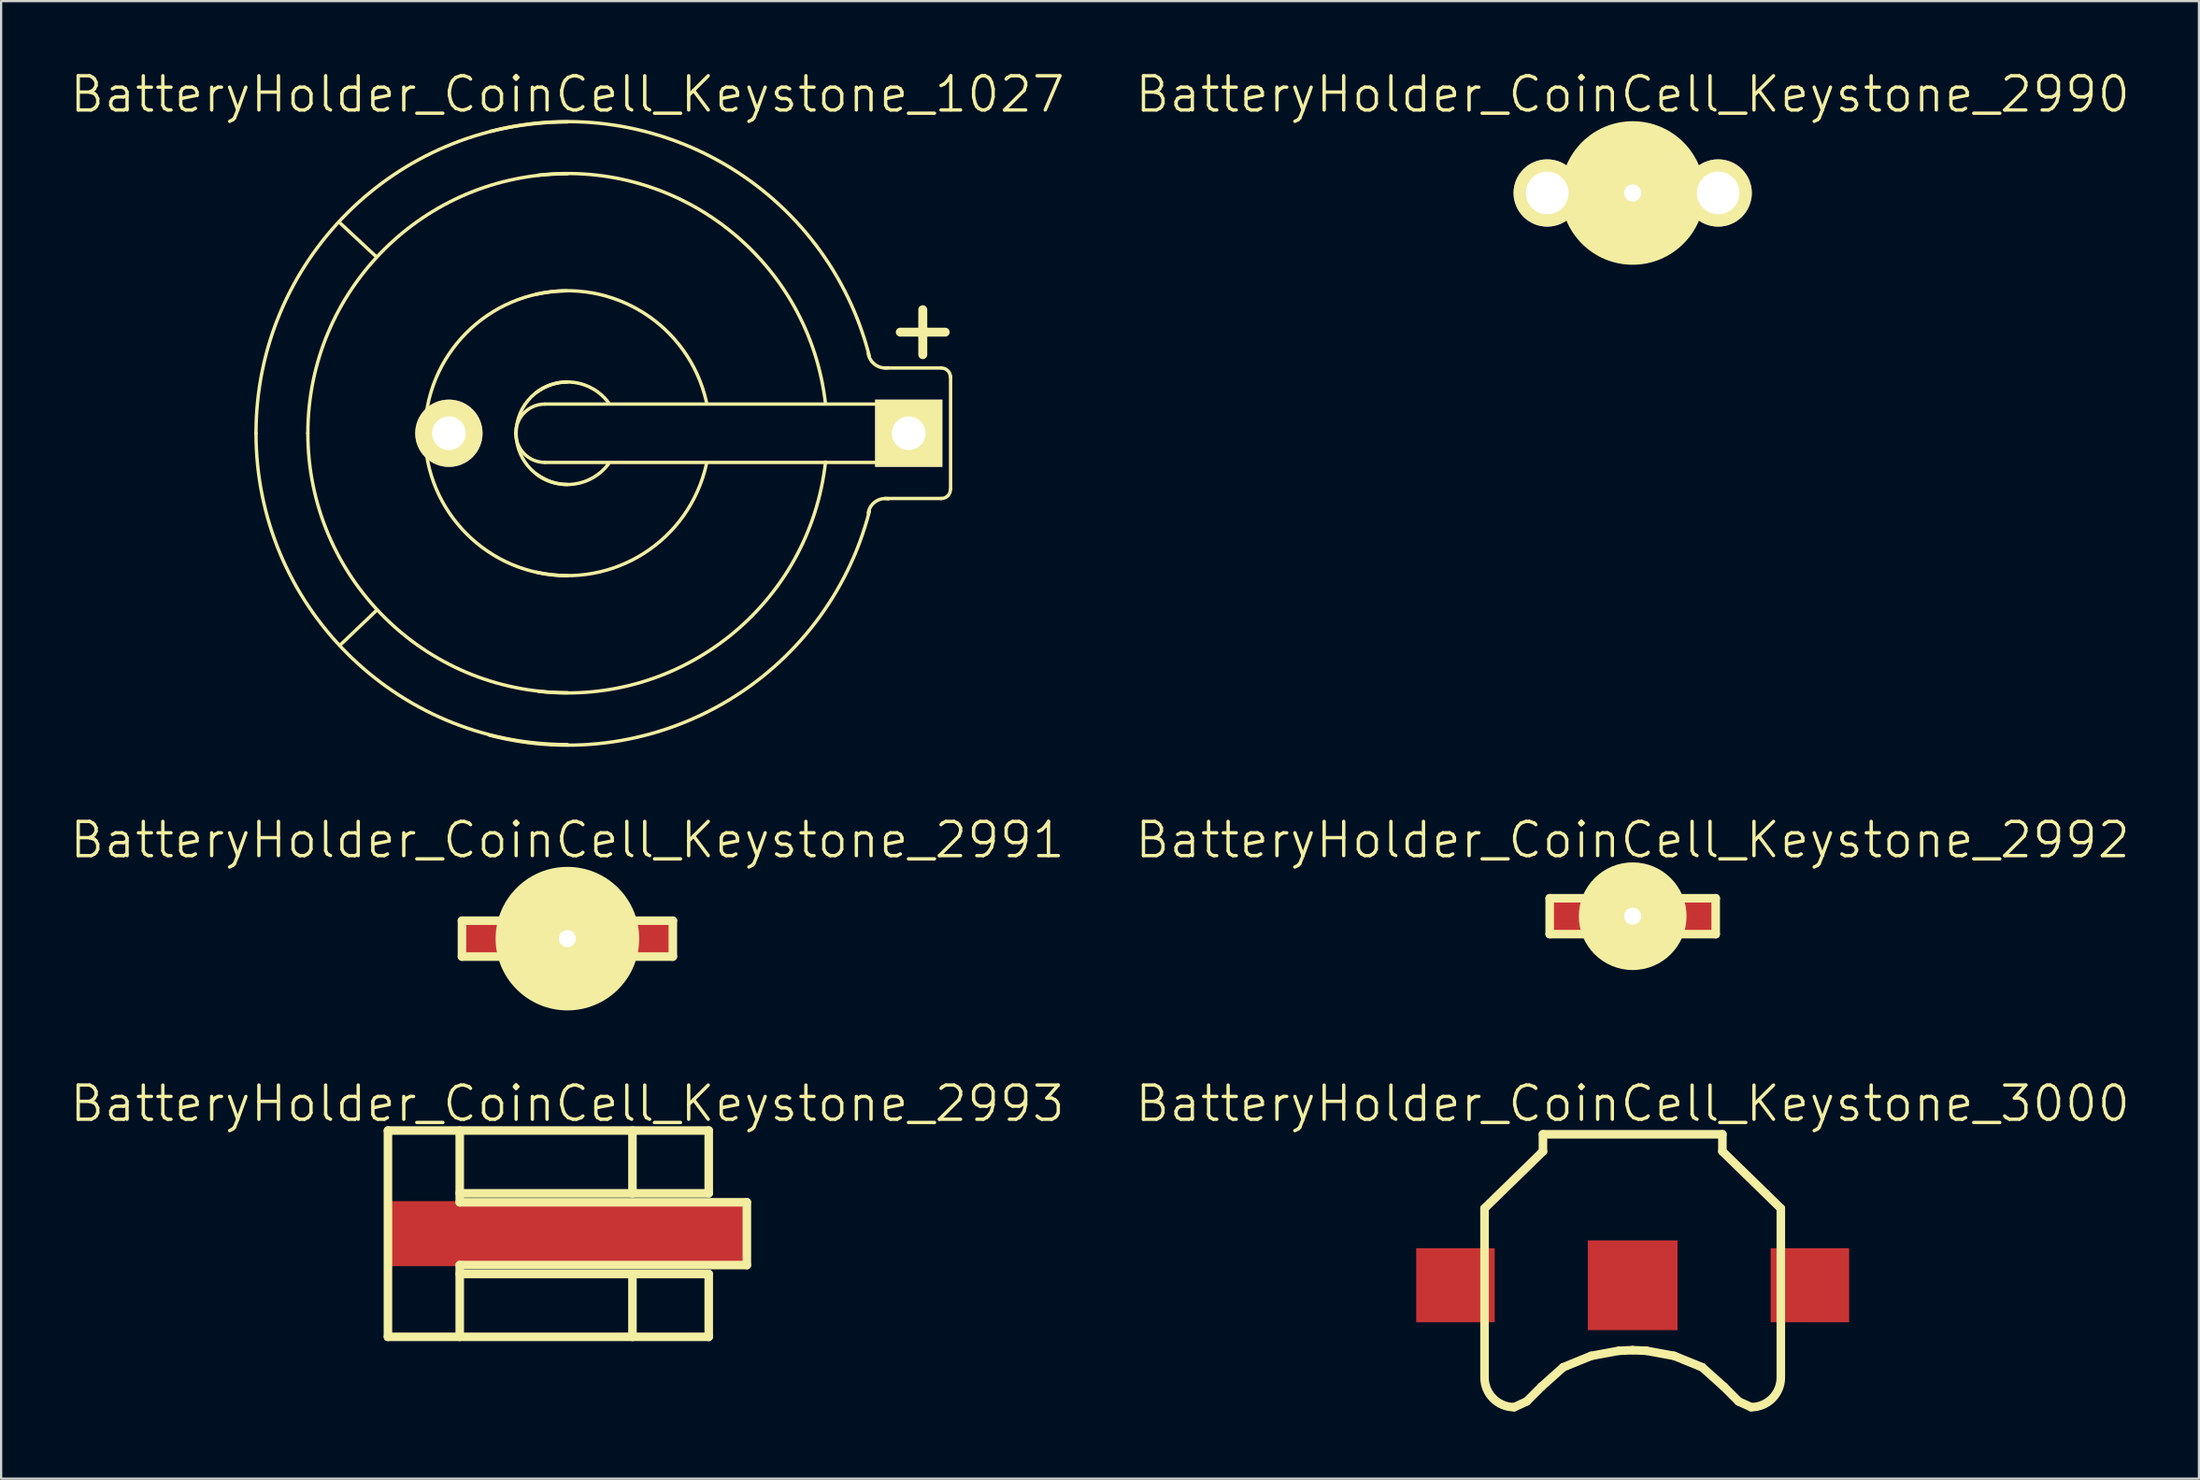
<source format=kicad_pcb>
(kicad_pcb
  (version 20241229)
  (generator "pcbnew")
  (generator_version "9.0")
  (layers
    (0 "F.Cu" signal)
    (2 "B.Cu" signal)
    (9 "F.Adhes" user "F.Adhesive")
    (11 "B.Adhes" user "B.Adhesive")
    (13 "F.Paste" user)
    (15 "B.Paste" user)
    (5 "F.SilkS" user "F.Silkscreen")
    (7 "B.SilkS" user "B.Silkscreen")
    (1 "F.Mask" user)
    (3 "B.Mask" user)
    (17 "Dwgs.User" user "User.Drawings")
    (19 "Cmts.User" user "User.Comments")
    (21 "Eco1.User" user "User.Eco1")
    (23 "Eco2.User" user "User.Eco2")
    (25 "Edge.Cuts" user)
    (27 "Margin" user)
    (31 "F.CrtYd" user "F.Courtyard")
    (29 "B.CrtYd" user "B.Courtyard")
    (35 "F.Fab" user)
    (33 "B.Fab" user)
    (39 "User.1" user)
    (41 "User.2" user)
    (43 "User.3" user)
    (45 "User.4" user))
  (footprint "BatteryHolder_CoinCell_Keystone_3000"
    (layer "F.Cu")
    (at 69.73 54.257)
    (property "Reference" "BatteryHolder_CoinCell_Keystone_3000" (at 0 -8.1 0) (layer "F.SilkS") (effects (font (size 1.524 1.524) (thickness 0.15))))
    (attr through_hole)
    (fp_line (start -6.604 -3.429) (end -6.604 4.064) (stroke (width 0.381) (type solid)) (layer "F.SilkS"))
    (fp_line (start -5.283 5.436) (end -4.724 5.182) (stroke (width 0.381) (type solid)) (layer "F.SilkS"))
    (fp_line (start -4.064 4.521) (end -4.724 5.182) (stroke (width 0.381) (type solid)) (layer "F.SilkS"))
    (fp_line (start -4 -6.731) (end -4 -5.969) (stroke (width 0.381) (type solid)) (layer "F.SilkS"))
    (fp_line (start -4 -6.731) (end 4 -6.731) (stroke (width 0.381) (type solid)) (layer "F.SilkS"))
    (fp_line (start -4 -5.969) (end -6.604 -3.429) (stroke (width 0.381) (type solid)) (layer "F.SilkS"))
    (fp_line (start -3.099 3.658) (end -4.064 4.521) (stroke (width 0.381) (type solid)) (layer "F.SilkS"))
    (fp_line (start -3.099 3.658) (end -1.854 3.15) (stroke (width 0.381) (type solid)) (layer "F.SilkS"))
    (fp_line (start -1.854 3.15) (end -0.61 2.921) (stroke (width 0.381) (type solid)) (layer "F.SilkS"))
    (fp_line (start -0.61 2.921) (end 0 2.896) (stroke (width 0.381) (type solid)) (layer "F.SilkS"))
    (fp_line (start 0 2.896) (end 0.61 2.921) (stroke (width 0.381) (type solid)) (layer "F.SilkS"))
    (fp_line (start 0.61 2.921) (end 1.854 3.15) (stroke (width 0.381) (type solid)) (layer "F.SilkS"))
    (fp_line (start 1.854 3.15) (end 3.099 3.658) (stroke (width 0.381) (type solid)) (layer "F.SilkS"))
    (fp_line (start 3.099 3.658) (end 4.064 4.521) (stroke (width 0.381) (type solid)) (layer "F.SilkS"))
    (fp_line (start 3.999 -6.731) (end 3.999 -5.969) (stroke (width 0.381) (type solid)) (layer "F.SilkS"))
    (fp_line (start 4 -5.969) (end 6.604 -3.429) (stroke (width 0.381) (type solid)) (layer "F.SilkS"))
    (fp_line (start 4.064 4.521) (end 4.724 5.182) (stroke (width 0.381) (type solid)) (layer "F.SilkS"))
    (fp_line (start 4.724 5.182) (end 5.283 5.436) (stroke (width 0.381) (type solid)) (layer "F.SilkS"))
    (fp_line (start 6.604 -3.429) (end 6.604 4.064) (stroke (width 0.381) (type solid)) (layer "F.SilkS"))
    (fp_arc (start -5.2832 5.4356) (mid -6.217147 5.048747) (end -6.604 4.1148) (stroke (width 0.381) (type solid)) (layer "F.SilkS"))
    (fp_arc (start 6.604 4.1148) (mid 6.217147 5.048747) (end 5.2832 5.4356) (stroke (width 0.381) (type solid)) (layer "F.SilkS"))
    (pad "1" smd rect (at -7.9 0) (size 3.5 3.3) (layers "F.Cu" "F.Mask" "F.Paste"))
    (pad "1" smd rect (at 7.9 0) (size 3.5 3.3) (layers "F.Cu" "F.Mask" "F.Paste"))
    (pad "2" smd rect (at 0 0) (size 4 4) (layers "F.Cu" "F.Mask" "F.Paste")))
  (footprint "BatteryHolder_CoinCell_Keystone_1027"
    (layer "F.Cu")
    (at 22.243 16.268)
    (property "Reference" "BatteryHolder_CoinCell_Keystone_1027" (at 0 -15.113 0) (layer "F.SilkS") (effects (font (size 1.524 1.524) (thickness 0.15))))
    (attr through_hole)
    (fp_line (start -8.509 -7.861) (end -10.173 -9.411) (stroke (width 0.15) (type solid)) (layer "F.SilkS"))
    (fp_line (start -8.496 7.887) (end -10.135 9.449) (stroke (width 0.15) (type solid)) (layer "F.SilkS"))
    (fp_line (start -1.001 -1.3) (end 15.199 -1.3) (stroke (width 0.15) (type solid)) (layer "F.SilkS"))
    (fp_line (start 14.839 -4.508) (end 16.84 -4.508) (stroke (width 0.399) (type solid)) (layer "F.SilkS"))
    (fp_line (start 15.199 1.3) (end -1.001 1.3) (stroke (width 0.15) (type solid)) (layer "F.SilkS"))
    (fp_line (start 15.207 -1.3) (end 15.207 1.3) (stroke (width 0.15) (type solid)) (layer "F.SilkS"))
    (fp_line (start 15.842 -3.505) (end 15.842 -5.509) (stroke (width 0.399) (type solid)) (layer "F.SilkS"))
    (fp_line (start 16.675 -2.908) (end 14.148 -2.908) (stroke (width 0.15) (type solid)) (layer "F.SilkS"))
    (fp_line (start 16.675 2.908) (end 14.148 2.908) (stroke (width 0.15) (type solid)) (layer "F.SilkS"))
    (fp_line (start 17.081 -2.54) (end 17.081 2.489) (stroke (width 0.15) (type solid)) (layer "F.SilkS"))
    (fp_arc (start -13.8811 0) (mid -9.81542 -9.81542) (end 0 -13.8811) (stroke (width 0.15) (type solid)) (layer "F.SilkS"))
    (fp_arc (start -11.5697 0) (mid -8.181013 -8.181013) (end 0 -11.5697) (stroke (width 0.15) (type solid)) (layer "F.SilkS"))
    (fp_arc (start -6.35 0.0254) (mid -4.508089 -4.472168) (end -0.0254 -6.35) (stroke (width 0.15) (type solid)) (layer "F.SilkS"))
    (fp_arc (start -3.429 -13.462) (mid 7.094402 -11.943741) (end 13.462 -3.429) (stroke (width 0.15) (type solid)) (layer "F.SilkS"))
    (fp_arc (start -2.30124 0) (mid -1.920338 -0.919578) (end -1.00076 -1.30048) (stroke (width 0.15) (type solid)) (layer "F.SilkS"))
    (fp_arc (start -2.286 0) (mid -1.616446 -1.616446) (end 0 -2.286) (stroke (width 0.15) (type solid)) (layer "F.SilkS"))
    (fp_arc (start -1.397 -6.1976) (mid 3.394537 -5.370193) (end 6.1976 -1.397) (stroke (width 0.15) (type solid)) (layer "F.SilkS"))
    (fp_arc (start -1.3716 -1.8288) (mid 0.323289 -2.263025) (end 1.8288 -1.3716) (stroke (width 0.15) (type solid)) (layer "F.SilkS"))
    (fp_arc (start -1.3081 -11.5062) (mid 7.211146 -9.061078) (end 11.5062 -1.3081) (stroke (width 0.15) (type solid)) (layer "F.SilkS"))
    (fp_arc (start -1.00076 1.30048) (mid -1.920338 0.919578) (end -2.30124 0) (stroke (width 0.15) (type solid)) (layer "F.SilkS"))
    (fp_arc (start 0 2.286) (mid -1.616446 1.616446) (end -2.286 0) (stroke (width 0.15) (type solid)) (layer "F.SilkS"))
    (fp_arc (start 0 6.35) (mid -4.490128 4.490128) (end -6.35 0) (stroke (width 0.15) (type solid)) (layer "F.SilkS"))
    (fp_arc (start 0 11.5697) (mid -8.181013 8.181013) (end -11.5697 0) (stroke (width 0.15) (type solid)) (layer "F.SilkS"))
    (fp_arc (start 0 13.8811) (mid -9.81542 9.81542) (end -13.8811 0) (stroke (width 0.15) (type solid)) (layer "F.SilkS"))
    (fp_arc (start 1.8288 1.3716) (mid 0.323289 2.263025) (end -1.3716 1.8288) (stroke (width 0.15) (type solid)) (layer "F.SilkS"))
    (fp_arc (start 6.1976 1.3716) (mid 3.412497 5.352233) (end -1.3716 6.1976) (stroke (width 0.15) (type solid)) (layer "F.SilkS"))
    (fp_arc (start 11.5062 1.2827) (mid 7.229106 9.043118) (end -1.2827 11.5062) (stroke (width 0.15) (type solid)) (layer "F.SilkS"))
    (fp_arc (start 13.4112 3.556) (mid 13.724187 3.054382) (end 14.3002 2.921) (stroke (width 0.15) (type solid)) (layer "F.SilkS"))
    (fp_arc (start 13.462 3.4798) (mid 7.058481 11.979662) (end -3.4798 13.462) (stroke (width 0.15) (type solid)) (layer "F.SilkS"))
    (fp_arc (start 14.3002 -2.921) (mid 13.724187 -3.054382) (end 13.4112 -3.556) (stroke (width 0.15) (type solid)) (layer "F.SilkS"))
    (fp_arc (start 16.67256 -2.9083) (mid 16.956336 -2.790756) (end 17.07388 -2.50698) (stroke (width 0.15) (type solid)) (layer "F.SilkS"))
    (fp_arc (start 17.07388 2.50698) (mid 16.956336 2.790756) (end 16.67256 2.9083) (stroke (width 0.15) (type solid)) (layer "F.SilkS"))
    (pad "1" thru_hole rect (at 15.215 0) (size 2.997 2.997) (drill 1.499) (layers "*.Cu" "*.Mask" "F.SilkS"))
    (pad "2" thru_hole circle (at -5.283 0) (size 3 3) (drill 1.499) (layers "*.Cu" "*.Mask" "F.SilkS")))
  (footprint "BatteryHolder_CoinCell_Keystone_2992"
    (layer "F.Cu")
    (at 69.73 37.802)
    (property "Reference" "BatteryHolder_CoinCell_Keystone_2992" (at 0 -3.4 0) (layer "F.SilkS") (effects (font (size 1.524 1.524) (thickness 0.15))))
    (attr through_hole)
    (fp_line (start -3.7 -0.8) (end -3.7 0.8) (stroke (width 0.381) (type solid)) (layer "F.SilkS"))
    (fp_line (start -3.7 -0.8) (end -2 -0.8) (stroke (width 0.381) (type solid)) (layer "F.SilkS"))
    (fp_line (start -3.7 0.8) (end -2 0.8) (stroke (width 0.381) (type solid)) (layer "F.SilkS"))
    (fp_line (start 3.7 -0.8) (end 2 -0.8) (stroke (width 0.381) (type solid)) (layer "F.SilkS"))
    (fp_line (start 3.7 -0.8) (end 3.7 0.8) (stroke (width 0.381) (type solid)) (layer "F.SilkS"))
    (fp_line (start 3.7 0.8) (end 2 0.8) (stroke (width 0.381) (type solid)) (layer "F.SilkS"))
    (pad "" np_thru_hole circle (at 0 0) (size 4.8 4.8) (drill 0.762) (layers "F.SilkS"))
    (pad "1" smd rect (at -2.9 0) (size 1.8 1.8) (layers "F.Cu" "F.Mask" "F.Paste"))
    (pad "1" smd rect (at 2.9 0) (size 1.8 1.8) (layers "F.Cu" "F.Mask" "F.Paste")))
  (footprint "BatteryHolder_CoinCell_Keystone_2993"
    (layer "F.Cu")
    (at 22.243 51.957)
    (property "Reference" "BatteryHolder_CoinCell_Keystone_2993" (at 0 -5.8 0) (layer "F.SilkS") (effects (font (size 1.524 1.524) (thickness 0.15))))
    (attr through_hole)
    (fp_line (start -8 -4.6) (end -8 4.6) (stroke (width 0.381) (type solid)) (layer "F.SilkS"))
    (fp_line (start -8 -4.6) (end 6.3 -4.6) (stroke (width 0.381) (type solid)) (layer "F.SilkS"))
    (fp_line (start -4.8 -1.4) (end -4.8 -4.6) (stroke (width 0.381) (type solid)) (layer "F.SilkS"))
    (fp_line (start -4.8 -1.4) (end 8 -1.4) (stroke (width 0.381) (type solid)) (layer "F.SilkS"))
    (fp_line (start -4.8 1.4) (end -4.8 4.6) (stroke (width 0.381) (type solid)) (layer "F.SilkS"))
    (fp_line (start 2.9 -1.8) (end 2.9 -4.6) (stroke (width 0.381) (type solid)) (layer "F.SilkS"))
    (fp_line (start 2.9 1.8) (end 2.9 4.6) (stroke (width 0.381) (type solid)) (layer "F.SilkS"))
    (fp_line (start 6.3 -4.6) (end 6.3 -1.8) (stroke (width 0.381) (type solid)) (layer "F.SilkS"))
    (fp_line (start 6.3 -1.8) (end -4.8 -1.8) (stroke (width 0.381) (type solid)) (layer "F.SilkS"))
    (fp_line (start 6.3 1.8) (end -4.8 1.8) (stroke (width 0.381) (type solid)) (layer "F.SilkS"))
    (fp_line (start 6.3 4.6) (end -8 4.6) (stroke (width 0.381) (type solid)) (layer "F.SilkS"))
    (fp_line (start 6.3 4.6) (end 6.3 1.8) (stroke (width 0.381) (type solid)) (layer "F.SilkS"))
    (fp_line (start 8 -1.4) (end 8 1.4) (stroke (width 0.381) (type solid)) (layer "F.SilkS"))
    (fp_line (start 8 1.4) (end -4.8 1.4) (stroke (width 0.381) (type solid)) (layer "F.SilkS"))
    (pad "1" smd rect (at 0 0) (size 16 2.9) (layers "F.Cu" "F.Mask" "F.Paste")))
  (footprint "BatteryHolder_CoinCell_Keystone_2990"
    (layer "F.Cu")
    (at 69.73 5.555)
    (property "Reference" "BatteryHolder_CoinCell_Keystone_2990" (at 0 -4.4 0) (layer "F.SilkS") (effects (font (size 1.524 1.524) (thickness 0.15))))
    (attr through_hole)
    (fp_line (start -4.7 -0.8) (end -4.7 0.8) (stroke (width 0.381) (type solid)) (layer "F.SilkS"))
    (fp_line (start -4.7 -0.8) (end -3 -0.8) (stroke (width 0.381) (type solid)) (layer "F.SilkS"))
    (fp_line (start -4.7 0.8) (end -3 0.8) (stroke (width 0.381) (type solid)) (layer "F.SilkS"))
    (fp_line (start 4.7 -0.8) (end 3 -0.8) (stroke (width 0.381) (type solid)) (layer "F.SilkS"))
    (fp_line (start 4.7 -0.8) (end 4.7 0.8) (stroke (width 0.381) (type solid)) (layer "F.SilkS"))
    (fp_line (start 4.7 0.8) (end 3 0.8) (stroke (width 0.381) (type solid)) (layer "F.SilkS"))
    (pad "" np_thru_hole circle (at 0 0) (size 6.4 6.4) (drill 0.762) (layers "F.SilkS"))
    (pad "1" thru_hole circle (at -3.81 0) (size 3 3) (drill 1.9) (layers "*.Cu" "*.Mask" "F.SilkS"))
    (pad "1" thru_hole circle (at 3.81 0) (size 3 3) (drill 1.9) (layers "*.Cu" "*.Mask" "F.SilkS")))
  (footprint "BatteryHolder_CoinCell_Keystone_2991"
    (layer "F.Cu")
    (at 22.243 38.802)
    (property "Reference" "BatteryHolder_CoinCell_Keystone_2991" (at 0 -4.4 0) (layer "F.SilkS") (effects (font (size 1.524 1.524) (thickness 0.15))))
    (attr through_hole)
    (fp_line (start -4.7 -0.8) (end -4.7 0.8) (stroke (width 0.381) (type solid)) (layer "F.SilkS"))
    (fp_line (start -4.7 -0.8) (end -3 -0.8) (stroke (width 0.381) (type solid)) (layer "F.SilkS"))
    (fp_line (start -4.7 0.8) (end -3 0.8) (stroke (width 0.381) (type solid)) (layer "F.SilkS"))
    (fp_line (start 4.7 -0.8) (end 3 -0.8) (stroke (width 0.381) (type solid)) (layer "F.SilkS"))
    (fp_line (start 4.7 -0.8) (end 4.7 0.8) (stroke (width 0.381) (type solid)) (layer "F.SilkS"))
    (fp_line (start 4.7 0.8) (end 3 0.8) (stroke (width 0.381) (type solid)) (layer "F.SilkS"))
    (pad "" np_thru_hole circle (at 0 0) (size 6.4 6.4) (drill 0.762) (layers "F.SilkS"))
    (pad "1" smd rect (at -3.9 0) (size 1.8 1.8) (layers "F.Cu" "F.Mask" "F.Paste"))
    (pad "1" smd rect (at 3.9 0) (size 1.8 1.8) (layers "F.Cu" "F.Mask" "F.Paste")))
  (gr_rect
    (start -3 -3)
    (end 94.973 62.883)
    (stroke (width 0.1) (type default))
    (fill no)
    (layer "Edge.Cuts")))
</source>
